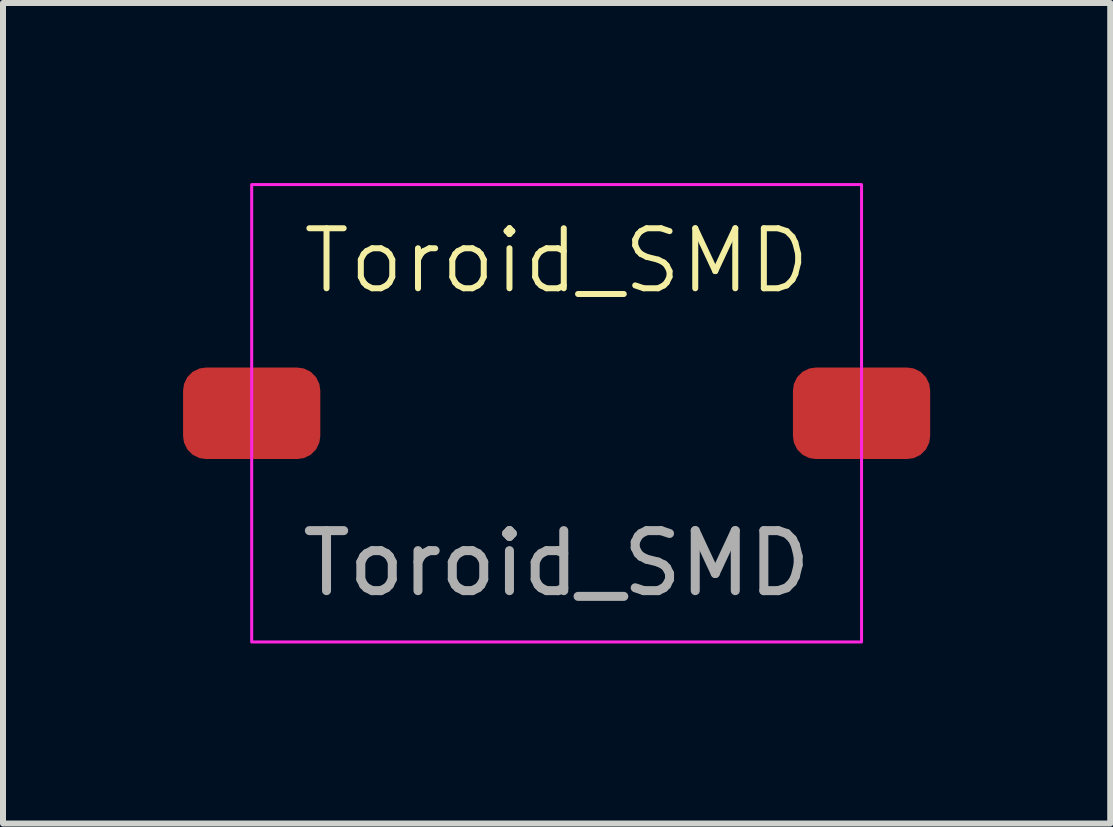
<source format=kicad_pcb>
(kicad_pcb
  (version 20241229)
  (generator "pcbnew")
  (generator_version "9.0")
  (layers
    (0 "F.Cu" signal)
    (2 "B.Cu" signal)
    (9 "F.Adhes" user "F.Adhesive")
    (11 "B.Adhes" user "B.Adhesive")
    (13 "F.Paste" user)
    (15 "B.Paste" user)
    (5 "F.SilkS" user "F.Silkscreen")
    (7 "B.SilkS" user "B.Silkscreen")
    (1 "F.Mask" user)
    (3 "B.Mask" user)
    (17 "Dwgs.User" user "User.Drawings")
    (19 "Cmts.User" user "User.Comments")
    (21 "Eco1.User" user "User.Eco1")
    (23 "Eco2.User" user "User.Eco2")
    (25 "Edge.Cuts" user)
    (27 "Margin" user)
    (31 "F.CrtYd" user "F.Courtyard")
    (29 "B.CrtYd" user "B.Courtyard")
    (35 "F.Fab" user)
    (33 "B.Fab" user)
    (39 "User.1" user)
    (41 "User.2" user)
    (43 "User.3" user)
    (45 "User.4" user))
  (footprint "Toroid_SMD"
    (layer "F.Cu")
    (at 6.223 3.835)
    (property "Reference" "Toroid_SMD" (at 0 -2.54 0) (unlocked yes) (layer "F.SilkS") (effects (font (size 1 1) (thickness 0.1))))
    (attr smd)
    (fp_rect (start -5.08 -3.81) (end 5.08 3.81) (stroke (width 0.05) (type default)) (fill no) (layer "F.CrtYd"))
    (fp_text user "${REFERENCE}" (at 0 2.5 0) (unlocked yes) (layer "F.Fab") (effects (font (size 1 1) (thickness 0.15))))
    (pad "1" smd roundrect (at -5.08 0) (size 2.286 1.524) (layers "F.Cu" "F.Mask" "F.Paste") (roundrect_rratio 0.25))
    (pad "2" smd roundrect (at 5.08 0) (size 2.286 1.524) (layers "F.Cu" "F.Mask" "F.Paste") (roundrect_rratio 0.25))
    (zone (net_name "") (layer "F.Cu") (name "Hysterisis") (hatch edge 0.5) (connect_pads) (min_thickness 0.25) (filled_areas_thickness no) (keepout (tracks not_allowed) (vias not_allowed) (pads not_allowed) (copperpour not_allowed) (footprints allowed)) (placement (enabled no)) (fill) (polygon (pts (xy 2.413 1.295) (xy 10.033 1.295) (xy 10.033 6.375) (xy 2.413 6.375)))))
  (gr_rect
    (start -3 -3)
    (end 15.446 10.67)
    (stroke (width 0.1) (type default))
    (fill no)
    (layer "Edge.Cuts")))
</source>
